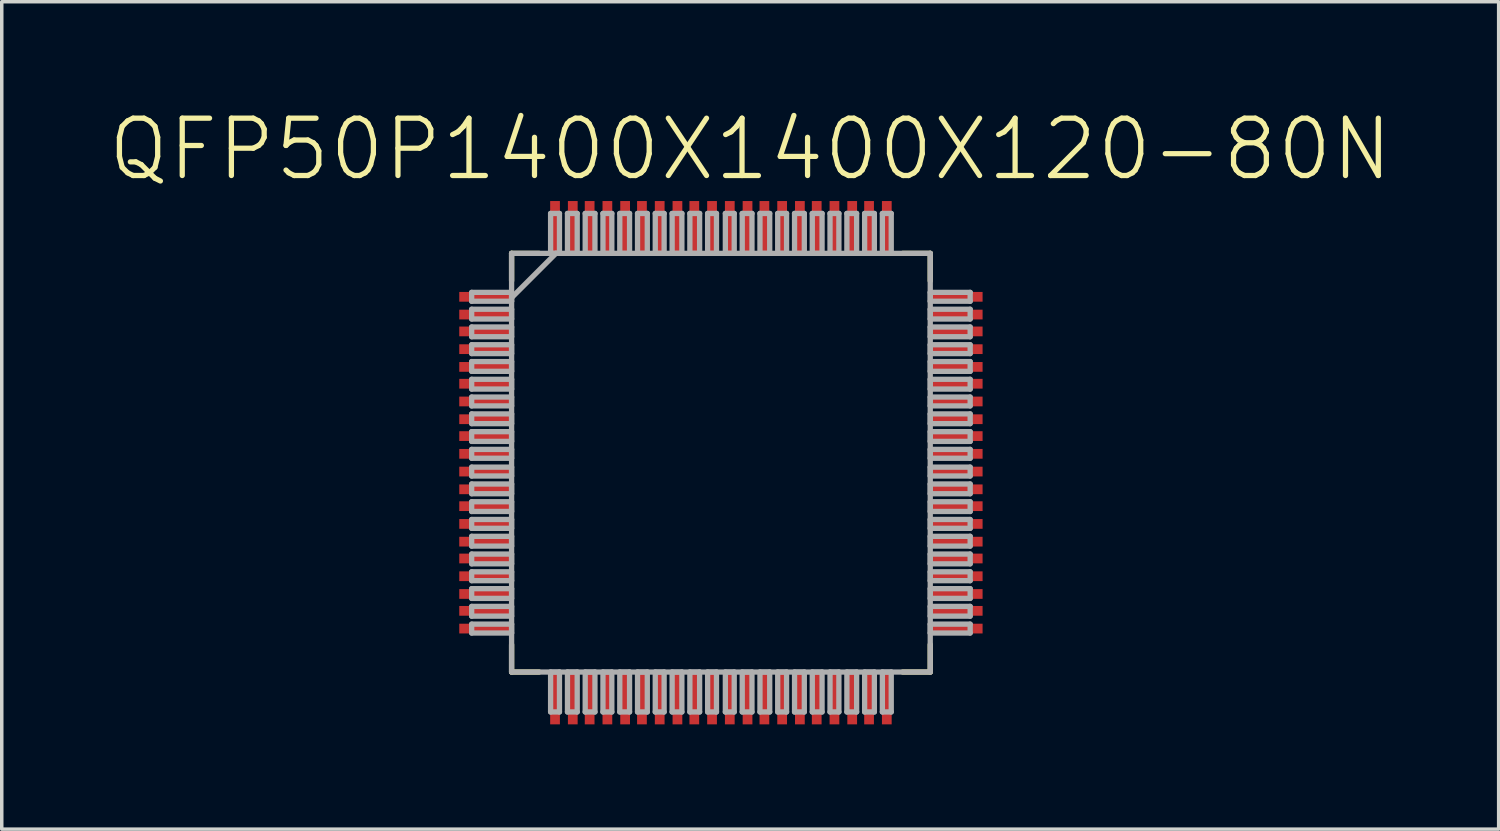
<source format=kicad_pcb>
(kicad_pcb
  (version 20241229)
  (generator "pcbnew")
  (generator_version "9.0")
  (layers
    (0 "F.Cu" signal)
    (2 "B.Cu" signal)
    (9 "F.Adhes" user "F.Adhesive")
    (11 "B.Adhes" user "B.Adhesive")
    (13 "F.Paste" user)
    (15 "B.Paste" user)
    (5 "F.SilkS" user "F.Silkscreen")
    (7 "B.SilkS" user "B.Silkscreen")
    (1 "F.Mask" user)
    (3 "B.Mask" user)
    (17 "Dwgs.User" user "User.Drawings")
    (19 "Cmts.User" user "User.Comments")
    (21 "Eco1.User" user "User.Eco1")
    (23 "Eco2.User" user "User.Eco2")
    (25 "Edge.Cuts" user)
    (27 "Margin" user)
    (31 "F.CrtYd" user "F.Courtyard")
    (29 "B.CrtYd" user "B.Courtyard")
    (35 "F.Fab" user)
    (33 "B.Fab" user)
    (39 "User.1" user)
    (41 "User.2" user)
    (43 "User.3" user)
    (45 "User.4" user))
  (footprint "QFP50P1400X1400X120-80N"
    (layer "F.Cu")
    (at 17.593 10.199)
    (property "Reference" "QFP50P1400X1400X120-80N" (at 0.839 -8.975 0) (layer "F.SilkS") (effects (font (size 1.642 1.642) (thickness 0.15))))
    (attr smd)
    (fp_line (start -5.994 -5.994) (end -5.994 -5.207) (stroke (width 0.152) (type solid)) (layer "F.SilkS"))
    (fp_line (start -5.994 5.207) (end -5.994 5.994) (stroke (width 0.152) (type solid)) (layer "F.SilkS"))
    (fp_line (start -5.994 5.994) (end -5.207 5.994) (stroke (width 0.152) (type solid)) (layer "F.SilkS"))
    (fp_line (start -5.207 -5.994) (end -5.994 -5.994) (stroke (width 0.152) (type solid)) (layer "F.SilkS"))
    (fp_line (start 5.207 5.994) (end 5.994 5.994) (stroke (width 0.152) (type solid)) (layer "F.SilkS"))
    (fp_line (start 5.994 -5.994) (end 5.207 -5.994) (stroke (width 0.152) (type solid)) (layer "F.SilkS"))
    (fp_line (start 5.994 -5.207) (end 5.994 -5.994) (stroke (width 0.152) (type solid)) (layer "F.SilkS"))
    (fp_line (start 5.994 5.994) (end 5.994 5.207) (stroke (width 0.152) (type solid)) (layer "F.SilkS"))
    (fp_line (start -7.137 -4.877) (end -7.137 -4.623) (stroke (width 0.152) (type solid)) (layer "F.Fab"))
    (fp_line (start -7.137 -4.623) (end -5.994 -4.623) (stroke (width 0.152) (type solid)) (layer "F.Fab"))
    (fp_line (start -7.137 -4.394) (end -7.137 -4.115) (stroke (width 0.152) (type solid)) (layer "F.Fab"))
    (fp_line (start -7.137 -4.115) (end -5.994 -4.115) (stroke (width 0.152) (type solid)) (layer "F.Fab"))
    (fp_line (start -7.137 -3.886) (end -7.137 -3.607) (stroke (width 0.152) (type solid)) (layer "F.Fab"))
    (fp_line (start -7.137 -3.607) (end -5.994 -3.607) (stroke (width 0.152) (type solid)) (layer "F.Fab"))
    (fp_line (start -7.137 -3.378) (end -7.137 -3.124) (stroke (width 0.152) (type solid)) (layer "F.Fab"))
    (fp_line (start -7.137 -3.124) (end -5.994 -3.124) (stroke (width 0.152) (type solid)) (layer "F.Fab"))
    (fp_line (start -7.137 -2.896) (end -7.137 -2.616) (stroke (width 0.152) (type solid)) (layer "F.Fab"))
    (fp_line (start -7.137 -2.616) (end -5.994 -2.616) (stroke (width 0.152) (type solid)) (layer "F.Fab"))
    (fp_line (start -7.137 -2.388) (end -7.137 -2.108) (stroke (width 0.152) (type solid)) (layer "F.Fab"))
    (fp_line (start -7.137 -2.108) (end -5.994 -2.108) (stroke (width 0.152) (type solid)) (layer "F.Fab"))
    (fp_line (start -7.137 -1.88) (end -7.137 -1.626) (stroke (width 0.152) (type solid)) (layer "F.Fab"))
    (fp_line (start -7.137 -1.626) (end -5.994 -1.626) (stroke (width 0.152) (type solid)) (layer "F.Fab"))
    (fp_line (start -7.137 -1.397) (end -7.137 -1.118) (stroke (width 0.152) (type solid)) (layer "F.Fab"))
    (fp_line (start -7.137 -1.118) (end -5.994 -1.118) (stroke (width 0.152) (type solid)) (layer "F.Fab"))
    (fp_line (start -7.137 -0.889) (end -7.137 -0.61) (stroke (width 0.152) (type solid)) (layer "F.Fab"))
    (fp_line (start -7.137 -0.61) (end -5.994 -0.61) (stroke (width 0.152) (type solid)) (layer "F.Fab"))
    (fp_line (start -7.137 -0.381) (end -7.137 -0.127) (stroke (width 0.152) (type solid)) (layer "F.Fab"))
    (fp_line (start -7.137 -0.127) (end -5.994 -0.127) (stroke (width 0.152) (type solid)) (layer "F.Fab"))
    (fp_line (start -7.137 0.127) (end -7.137 0.381) (stroke (width 0.152) (type solid)) (layer "F.Fab"))
    (fp_line (start -7.137 0.381) (end -5.994 0.381) (stroke (width 0.152) (type solid)) (layer "F.Fab"))
    (fp_line (start -7.137 0.61) (end -7.137 0.889) (stroke (width 0.152) (type solid)) (layer "F.Fab"))
    (fp_line (start -7.137 0.889) (end -5.994 0.889) (stroke (width 0.152) (type solid)) (layer "F.Fab"))
    (fp_line (start -7.137 1.118) (end -7.137 1.397) (stroke (width 0.152) (type solid)) (layer "F.Fab"))
    (fp_line (start -7.137 1.397) (end -5.994 1.397) (stroke (width 0.152) (type solid)) (layer "F.Fab"))
    (fp_line (start -7.137 1.626) (end -7.137 1.88) (stroke (width 0.152) (type solid)) (layer "F.Fab"))
    (fp_line (start -7.137 1.88) (end -5.994 1.88) (stroke (width 0.152) (type solid)) (layer "F.Fab"))
    (fp_line (start -7.137 2.108) (end -7.137 2.388) (stroke (width 0.152) (type solid)) (layer "F.Fab"))
    (fp_line (start -7.137 2.388) (end -5.994 2.388) (stroke (width 0.152) (type solid)) (layer "F.Fab"))
    (fp_line (start -7.137 2.616) (end -7.137 2.896) (stroke (width 0.152) (type solid)) (layer "F.Fab"))
    (fp_line (start -7.137 2.896) (end -5.994 2.896) (stroke (width 0.152) (type solid)) (layer "F.Fab"))
    (fp_line (start -7.137 3.124) (end -7.137 3.378) (stroke (width 0.152) (type solid)) (layer "F.Fab"))
    (fp_line (start -7.137 3.378) (end -5.994 3.378) (stroke (width 0.152) (type solid)) (layer "F.Fab"))
    (fp_line (start -7.137 3.607) (end -7.137 3.886) (stroke (width 0.152) (type solid)) (layer "F.Fab"))
    (fp_line (start -7.137 3.886) (end -5.994 3.886) (stroke (width 0.152) (type solid)) (layer "F.Fab"))
    (fp_line (start -7.137 4.115) (end -7.137 4.394) (stroke (width 0.152) (type solid)) (layer "F.Fab"))
    (fp_line (start -7.137 4.394) (end -5.994 4.394) (stroke (width 0.152) (type solid)) (layer "F.Fab"))
    (fp_line (start -7.137 4.623) (end -7.137 4.877) (stroke (width 0.152) (type solid)) (layer "F.Fab"))
    (fp_line (start -7.137 4.877) (end -5.994 4.877) (stroke (width 0.152) (type solid)) (layer "F.Fab"))
    (fp_line (start -5.994 -5.994) (end -5.994 5.994) (stroke (width 0.152) (type solid)) (layer "F.Fab"))
    (fp_line (start -5.994 -4.877) (end -7.137 -4.877) (stroke (width 0.152) (type solid)) (layer "F.Fab"))
    (fp_line (start -5.994 -4.724) (end -5.994 -4.877) (stroke (width 0.152) (type solid)) (layer "F.Fab"))
    (fp_line (start -5.994 -4.724) (end -4.724 -5.994) (stroke (width 0.152) (type solid)) (layer "F.Fab"))
    (fp_line (start -5.994 -4.623) (end -5.994 -4.724) (stroke (width 0.152) (type solid)) (layer "F.Fab"))
    (fp_line (start -5.994 -4.394) (end -7.137 -4.394) (stroke (width 0.152) (type solid)) (layer "F.Fab"))
    (fp_line (start -5.994 -4.115) (end -5.994 -4.394) (stroke (width 0.152) (type solid)) (layer "F.Fab"))
    (fp_line (start -5.994 -3.886) (end -7.137 -3.886) (stroke (width 0.152) (type solid)) (layer "F.Fab"))
    (fp_line (start -5.994 -3.607) (end -5.994 -3.886) (stroke (width 0.152) (type solid)) (layer "F.Fab"))
    (fp_line (start -5.994 -3.378) (end -7.137 -3.378) (stroke (width 0.152) (type solid)) (layer "F.Fab"))
    (fp_line (start -5.994 -3.124) (end -5.994 -3.378) (stroke (width 0.152) (type solid)) (layer "F.Fab"))
    (fp_line (start -5.994 -2.896) (end -7.137 -2.896) (stroke (width 0.152) (type solid)) (layer "F.Fab"))
    (fp_line (start -5.994 -2.616) (end -5.994 -2.896) (stroke (width 0.152) (type solid)) (layer "F.Fab"))
    (fp_line (start -5.994 -2.388) (end -7.137 -2.388) (stroke (width 0.152) (type solid)) (layer "F.Fab"))
    (fp_line (start -5.994 -2.108) (end -5.994 -2.388) (stroke (width 0.152) (type solid)) (layer "F.Fab"))
    (fp_line (start -5.994 -1.88) (end -7.137 -1.88) (stroke (width 0.152) (type solid)) (layer "F.Fab"))
    (fp_line (start -5.994 -1.626) (end -5.994 -1.88) (stroke (width 0.152) (type solid)) (layer "F.Fab"))
    (fp_line (start -5.994 -1.397) (end -7.137 -1.397) (stroke (width 0.152) (type solid)) (layer "F.Fab"))
    (fp_line (start -5.994 -1.118) (end -5.994 -1.397) (stroke (width 0.152) (type solid)) (layer "F.Fab"))
    (fp_line (start -5.994 -0.889) (end -7.137 -0.889) (stroke (width 0.152) (type solid)) (layer "F.Fab"))
    (fp_line (start -5.994 -0.61) (end -5.994 -0.889) (stroke (width 0.152) (type solid)) (layer "F.Fab"))
    (fp_line (start -5.994 -0.381) (end -7.137 -0.381) (stroke (width 0.152) (type solid)) (layer "F.Fab"))
    (fp_line (start -5.994 -0.127) (end -5.994 -0.381) (stroke (width 0.152) (type solid)) (layer "F.Fab"))
    (fp_line (start -5.994 0.127) (end -7.137 0.127) (stroke (width 0.152) (type solid)) (layer "F.Fab"))
    (fp_line (start -5.994 0.381) (end -5.994 0.127) (stroke (width 0.152) (type solid)) (layer "F.Fab"))
    (fp_line (start -5.994 0.61) (end -7.137 0.61) (stroke (width 0.152) (type solid)) (layer "F.Fab"))
    (fp_line (start -5.994 0.889) (end -5.994 0.61) (stroke (width 0.152) (type solid)) (layer "F.Fab"))
    (fp_line (start -5.994 1.118) (end -7.137 1.118) (stroke (width 0.152) (type solid)) (layer "F.Fab"))
    (fp_line (start -5.994 1.397) (end -5.994 1.118) (stroke (width 0.152) (type solid)) (layer "F.Fab"))
    (fp_line (start -5.994 1.626) (end -7.137 1.626) (stroke (width 0.152) (type solid)) (layer "F.Fab"))
    (fp_line (start -5.994 1.88) (end -5.994 1.626) (stroke (width 0.152) (type solid)) (layer "F.Fab"))
    (fp_line (start -5.994 2.108) (end -7.137 2.108) (stroke (width 0.152) (type solid)) (layer "F.Fab"))
    (fp_line (start -5.994 2.388) (end -5.994 2.108) (stroke (width 0.152) (type solid)) (layer "F.Fab"))
    (fp_line (start -5.994 2.616) (end -7.137 2.616) (stroke (width 0.152) (type solid)) (layer "F.Fab"))
    (fp_line (start -5.994 2.896) (end -5.994 2.616) (stroke (width 0.152) (type solid)) (layer "F.Fab"))
    (fp_line (start -5.994 3.124) (end -7.137 3.124) (stroke (width 0.152) (type solid)) (layer "F.Fab"))
    (fp_line (start -5.994 3.378) (end -5.994 3.124) (stroke (width 0.152) (type solid)) (layer "F.Fab"))
    (fp_line (start -5.994 3.607) (end -7.137 3.607) (stroke (width 0.152) (type solid)) (layer "F.Fab"))
    (fp_line (start -5.994 3.886) (end -5.994 3.607) (stroke (width 0.152) (type solid)) (layer "F.Fab"))
    (fp_line (start -5.994 4.115) (end -7.137 4.115) (stroke (width 0.152) (type solid)) (layer "F.Fab"))
    (fp_line (start -5.994 4.394) (end -5.994 4.115) (stroke (width 0.152) (type solid)) (layer "F.Fab"))
    (fp_line (start -5.994 4.623) (end -7.137 4.623) (stroke (width 0.152) (type solid)) (layer "F.Fab"))
    (fp_line (start -5.994 4.877) (end -5.994 4.623) (stroke (width 0.152) (type solid)) (layer "F.Fab"))
    (fp_line (start -5.994 5.994) (end 5.994 5.994) (stroke (width 0.152) (type solid)) (layer "F.Fab"))
    (fp_line (start -4.877 -7.137) (end -4.877 -5.994) (stroke (width 0.152) (type solid)) (layer "F.Fab"))
    (fp_line (start -4.877 -5.994) (end -4.724 -5.994) (stroke (width 0.152) (type solid)) (layer "F.Fab"))
    (fp_line (start -4.877 5.994) (end -4.877 7.137) (stroke (width 0.152) (type solid)) (layer "F.Fab"))
    (fp_line (start -4.877 7.137) (end -4.623 7.137) (stroke (width 0.152) (type solid)) (layer "F.Fab"))
    (fp_line (start -4.724 -5.994) (end -4.623 -5.994) (stroke (width 0.152) (type solid)) (layer "F.Fab"))
    (fp_line (start -4.623 -7.137) (end -4.877 -7.137) (stroke (width 0.152) (type solid)) (layer "F.Fab"))
    (fp_line (start -4.623 -5.994) (end -4.623 -7.137) (stroke (width 0.152) (type solid)) (layer "F.Fab"))
    (fp_line (start -4.623 5.994) (end -4.877 5.994) (stroke (width 0.152) (type solid)) (layer "F.Fab"))
    (fp_line (start -4.623 7.137) (end -4.623 5.994) (stroke (width 0.152) (type solid)) (layer "F.Fab"))
    (fp_line (start -4.394 -7.137) (end -4.394 -5.994) (stroke (width 0.152) (type solid)) (layer "F.Fab"))
    (fp_line (start -4.394 -5.994) (end -4.115 -5.994) (stroke (width 0.152) (type solid)) (layer "F.Fab"))
    (fp_line (start -4.394 5.994) (end -4.394 7.137) (stroke (width 0.152) (type solid)) (layer "F.Fab"))
    (fp_line (start -4.394 7.137) (end -4.115 7.137) (stroke (width 0.152) (type solid)) (layer "F.Fab"))
    (fp_line (start -4.115 -7.137) (end -4.394 -7.137) (stroke (width 0.152) (type solid)) (layer "F.Fab"))
    (fp_line (start -4.115 -5.994) (end -4.115 -7.137) (stroke (width 0.152) (type solid)) (layer "F.Fab"))
    (fp_line (start -4.115 5.994) (end -4.394 5.994) (stroke (width 0.152) (type solid)) (layer "F.Fab"))
    (fp_line (start -4.115 7.137) (end -4.115 5.994) (stroke (width 0.152) (type solid)) (layer "F.Fab"))
    (fp_line (start -3.886 -7.137) (end -3.886 -5.994) (stroke (width 0.152) (type solid)) (layer "F.Fab"))
    (fp_line (start -3.886 -5.994) (end -3.607 -5.994) (stroke (width 0.152) (type solid)) (layer "F.Fab"))
    (fp_line (start -3.886 5.994) (end -3.886 7.137) (stroke (width 0.152) (type solid)) (layer "F.Fab"))
    (fp_line (start -3.886 7.137) (end -3.607 7.137) (stroke (width 0.152) (type solid)) (layer "F.Fab"))
    (fp_line (start -3.607 -7.137) (end -3.886 -7.137) (stroke (width 0.152) (type solid)) (layer "F.Fab"))
    (fp_line (start -3.607 -5.994) (end -3.607 -7.137) (stroke (width 0.152) (type solid)) (layer "F.Fab"))
    (fp_line (start -3.607 5.994) (end -3.886 5.994) (stroke (width 0.152) (type solid)) (layer "F.Fab"))
    (fp_line (start -3.607 7.137) (end -3.607 5.994) (stroke (width 0.152) (type solid)) (layer "F.Fab"))
    (fp_line (start -3.378 -7.137) (end -3.378 -5.994) (stroke (width 0.152) (type solid)) (layer "F.Fab"))
    (fp_line (start -3.378 -5.994) (end -3.124 -5.994) (stroke (width 0.152) (type solid)) (layer "F.Fab"))
    (fp_line (start -3.378 5.994) (end -3.378 7.137) (stroke (width 0.152) (type solid)) (layer "F.Fab"))
    (fp_line (start -3.378 7.137) (end -3.124 7.137) (stroke (width 0.152) (type solid)) (layer "F.Fab"))
    (fp_line (start -3.124 -7.137) (end -3.378 -7.137) (stroke (width 0.152) (type solid)) (layer "F.Fab"))
    (fp_line (start -3.124 -5.994) (end -3.124 -7.137) (stroke (width 0.152) (type solid)) (layer "F.Fab"))
    (fp_line (start -3.124 5.994) (end -3.378 5.994) (stroke (width 0.152) (type solid)) (layer "F.Fab"))
    (fp_line (start -3.124 7.137) (end -3.124 5.994) (stroke (width 0.152) (type solid)) (layer "F.Fab"))
    (fp_line (start -2.896 -7.137) (end -2.896 -5.994) (stroke (width 0.152) (type solid)) (layer "F.Fab"))
    (fp_line (start -2.896 -5.994) (end -2.616 -5.994) (stroke (width 0.152) (type solid)) (layer "F.Fab"))
    (fp_line (start -2.896 5.994) (end -2.896 7.137) (stroke (width 0.152) (type solid)) (layer "F.Fab"))
    (fp_line (start -2.896 7.137) (end -2.616 7.137) (stroke (width 0.152) (type solid)) (layer "F.Fab"))
    (fp_line (start -2.616 -7.137) (end -2.896 -7.137) (stroke (width 0.152) (type solid)) (layer "F.Fab"))
    (fp_line (start -2.616 -5.994) (end -2.616 -7.137) (stroke (width 0.152) (type solid)) (layer "F.Fab"))
    (fp_line (start -2.616 5.994) (end -2.896 5.994) (stroke (width 0.152) (type solid)) (layer "F.Fab"))
    (fp_line (start -2.616 7.137) (end -2.616 5.994) (stroke (width 0.152) (type solid)) (layer "F.Fab"))
    (fp_line (start -2.388 -7.137) (end -2.388 -5.994) (stroke (width 0.152) (type solid)) (layer "F.Fab"))
    (fp_line (start -2.388 -5.994) (end -2.108 -5.994) (stroke (width 0.152) (type solid)) (layer "F.Fab"))
    (fp_line (start -2.388 5.994) (end -2.388 7.137) (stroke (width 0.152) (type solid)) (layer "F.Fab"))
    (fp_line (start -2.388 7.137) (end -2.108 7.137) (stroke (width 0.152) (type solid)) (layer "F.Fab"))
    (fp_line (start -2.108 -7.137) (end -2.388 -7.137) (stroke (width 0.152) (type solid)) (layer "F.Fab"))
    (fp_line (start -2.108 -5.994) (end -2.108 -7.137) (stroke (width 0.152) (type solid)) (layer "F.Fab"))
    (fp_line (start -2.108 5.994) (end -2.388 5.994) (stroke (width 0.152) (type solid)) (layer "F.Fab"))
    (fp_line (start -2.108 7.137) (end -2.108 5.994) (stroke (width 0.152) (type solid)) (layer "F.Fab"))
    (fp_line (start -1.88 -7.137) (end -1.88 -5.994) (stroke (width 0.152) (type solid)) (layer "F.Fab"))
    (fp_line (start -1.88 -5.994) (end -1.626 -5.994) (stroke (width 0.152) (type solid)) (layer "F.Fab"))
    (fp_line (start -1.88 5.994) (end -1.88 7.137) (stroke (width 0.152) (type solid)) (layer "F.Fab"))
    (fp_line (start -1.88 7.137) (end -1.626 7.137) (stroke (width 0.152) (type solid)) (layer "F.Fab"))
    (fp_line (start -1.626 -7.137) (end -1.88 -7.137) (stroke (width 0.152) (type solid)) (layer "F.Fab"))
    (fp_line (start -1.626 -5.994) (end -1.626 -7.137) (stroke (width 0.152) (type solid)) (layer "F.Fab"))
    (fp_line (start -1.626 5.994) (end -1.88 5.994) (stroke (width 0.152) (type solid)) (layer "F.Fab"))
    (fp_line (start -1.626 7.137) (end -1.626 5.994) (stroke (width 0.152) (type solid)) (layer "F.Fab"))
    (fp_line (start -1.397 -7.137) (end -1.397 -5.994) (stroke (width 0.152) (type solid)) (layer "F.Fab"))
    (fp_line (start -1.397 -5.994) (end -1.118 -5.994) (stroke (width 0.152) (type solid)) (layer "F.Fab"))
    (fp_line (start -1.397 5.994) (end -1.397 7.137) (stroke (width 0.152) (type solid)) (layer "F.Fab"))
    (fp_line (start -1.397 7.137) (end -1.118 7.137) (stroke (width 0.152) (type solid)) (layer "F.Fab"))
    (fp_line (start -1.118 -7.137) (end -1.397 -7.137) (stroke (width 0.152) (type solid)) (layer "F.Fab"))
    (fp_line (start -1.118 -5.994) (end -1.118 -7.137) (stroke (width 0.152) (type solid)) (layer "F.Fab"))
    (fp_line (start -1.118 5.994) (end -1.397 5.994) (stroke (width 0.152) (type solid)) (layer "F.Fab"))
    (fp_line (start -1.118 7.137) (end -1.118 5.994) (stroke (width 0.152) (type solid)) (layer "F.Fab"))
    (fp_line (start -0.889 -7.137) (end -0.889 -5.994) (stroke (width 0.152) (type solid)) (layer "F.Fab"))
    (fp_line (start -0.889 -5.994) (end -0.61 -5.994) (stroke (width 0.152) (type solid)) (layer "F.Fab"))
    (fp_line (start -0.889 5.994) (end -0.889 7.137) (stroke (width 0.152) (type solid)) (layer "F.Fab"))
    (fp_line (start -0.889 7.137) (end -0.61 7.137) (stroke (width 0.152) (type solid)) (layer "F.Fab"))
    (fp_line (start -0.61 -7.137) (end -0.889 -7.137) (stroke (width 0.152) (type solid)) (layer "F.Fab"))
    (fp_line (start -0.61 -5.994) (end -0.61 -7.137) (stroke (width 0.152) (type solid)) (layer "F.Fab"))
    (fp_line (start -0.61 5.994) (end -0.889 5.994) (stroke (width 0.152) (type solid)) (layer "F.Fab"))
    (fp_line (start -0.61 7.137) (end -0.61 5.994) (stroke (width 0.152) (type solid)) (layer "F.Fab"))
    (fp_line (start -0.381 -7.137) (end -0.381 -5.994) (stroke (width 0.152) (type solid)) (layer "F.Fab"))
    (fp_line (start -0.381 -5.994) (end -0.127 -5.994) (stroke (width 0.152) (type solid)) (layer "F.Fab"))
    (fp_line (start -0.381 5.994) (end -0.381 7.137) (stroke (width 0.152) (type solid)) (layer "F.Fab"))
    (fp_line (start -0.381 7.137) (end -0.127 7.137) (stroke (width 0.152) (type solid)) (layer "F.Fab"))
    (fp_line (start -0.127 -7.137) (end -0.381 -7.137) (stroke (width 0.152) (type solid)) (layer "F.Fab"))
    (fp_line (start -0.127 -5.994) (end -0.127 -7.137) (stroke (width 0.152) (type solid)) (layer "F.Fab"))
    (fp_line (start -0.127 5.994) (end -0.381 5.994) (stroke (width 0.152) (type solid)) (layer "F.Fab"))
    (fp_line (start -0.127 7.137) (end -0.127 5.994) (stroke (width 0.152) (type solid)) (layer "F.Fab"))
    (fp_line (start 0.127 -7.137) (end 0.127 -5.994) (stroke (width 0.152) (type solid)) (layer "F.Fab"))
    (fp_line (start 0.127 -5.994) (end 0.381 -5.994) (stroke (width 0.152) (type solid)) (layer "F.Fab"))
    (fp_line (start 0.127 5.994) (end 0.127 7.137) (stroke (width 0.152) (type solid)) (layer "F.Fab"))
    (fp_line (start 0.127 7.137) (end 0.381 7.137) (stroke (width 0.152) (type solid)) (layer "F.Fab"))
    (fp_line (start 0.381 -7.137) (end 0.127 -7.137) (stroke (width 0.152) (type solid)) (layer "F.Fab"))
    (fp_line (start 0.381 -5.994) (end 0.381 -7.137) (stroke (width 0.152) (type solid)) (layer "F.Fab"))
    (fp_line (start 0.381 5.994) (end 0.127 5.994) (stroke (width 0.152) (type solid)) (layer "F.Fab"))
    (fp_line (start 0.381 7.137) (end 0.381 5.994) (stroke (width 0.152) (type solid)) (layer "F.Fab"))
    (fp_line (start 0.61 -7.137) (end 0.61 -5.994) (stroke (width 0.152) (type solid)) (layer "F.Fab"))
    (fp_line (start 0.61 -5.994) (end 0.889 -5.994) (stroke (width 0.152) (type solid)) (layer "F.Fab"))
    (fp_line (start 0.61 5.994) (end 0.61 7.137) (stroke (width 0.152) (type solid)) (layer "F.Fab"))
    (fp_line (start 0.61 7.137) (end 0.889 7.137) (stroke (width 0.152) (type solid)) (layer "F.Fab"))
    (fp_line (start 0.889 -7.137) (end 0.61 -7.137) (stroke (width 0.152) (type solid)) (layer "F.Fab"))
    (fp_line (start 0.889 -5.994) (end 0.889 -7.137) (stroke (width 0.152) (type solid)) (layer "F.Fab"))
    (fp_line (start 0.889 5.994) (end 0.61 5.994) (stroke (width 0.152) (type solid)) (layer "F.Fab"))
    (fp_line (start 0.889 7.137) (end 0.889 5.994) (stroke (width 0.152) (type solid)) (layer "F.Fab"))
    (fp_line (start 1.118 -7.137) (end 1.118 -5.994) (stroke (width 0.152) (type solid)) (layer "F.Fab"))
    (fp_line (start 1.118 -5.994) (end 1.397 -5.994) (stroke (width 0.152) (type solid)) (layer "F.Fab"))
    (fp_line (start 1.118 5.994) (end 1.118 7.137) (stroke (width 0.152) (type solid)) (layer "F.Fab"))
    (fp_line (start 1.118 7.137) (end 1.397 7.137) (stroke (width 0.152) (type solid)) (layer "F.Fab"))
    (fp_line (start 1.397 -7.137) (end 1.118 -7.137) (stroke (width 0.152) (type solid)) (layer "F.Fab"))
    (fp_line (start 1.397 -5.994) (end 1.397 -7.137) (stroke (width 0.152) (type solid)) (layer "F.Fab"))
    (fp_line (start 1.397 5.994) (end 1.118 5.994) (stroke (width 0.152) (type solid)) (layer "F.Fab"))
    (fp_line (start 1.397 7.137) (end 1.397 5.994) (stroke (width 0.152) (type solid)) (layer "F.Fab"))
    (fp_line (start 1.626 -7.137) (end 1.626 -5.994) (stroke (width 0.152) (type solid)) (layer "F.Fab"))
    (fp_line (start 1.626 -5.994) (end 1.88 -5.994) (stroke (width 0.152) (type solid)) (layer "F.Fab"))
    (fp_line (start 1.626 5.994) (end 1.626 7.137) (stroke (width 0.152) (type solid)) (layer "F.Fab"))
    (fp_line (start 1.626 7.137) (end 1.88 7.137) (stroke (width 0.152) (type solid)) (layer "F.Fab"))
    (fp_line (start 1.88 -7.137) (end 1.626 -7.137) (stroke (width 0.152) (type solid)) (layer "F.Fab"))
    (fp_line (start 1.88 -5.994) (end 1.88 -7.137) (stroke (width 0.152) (type solid)) (layer "F.Fab"))
    (fp_line (start 1.88 5.994) (end 1.626 5.994) (stroke (width 0.152) (type solid)) (layer "F.Fab"))
    (fp_line (start 1.88 7.137) (end 1.88 5.994) (stroke (width 0.152) (type solid)) (layer "F.Fab"))
    (fp_line (start 2.108 -7.137) (end 2.108 -5.994) (stroke (width 0.152) (type solid)) (layer "F.Fab"))
    (fp_line (start 2.108 -5.994) (end 2.388 -5.994) (stroke (width 0.152) (type solid)) (layer "F.Fab"))
    (fp_line (start 2.108 5.994) (end 2.108 7.137) (stroke (width 0.152) (type solid)) (layer "F.Fab"))
    (fp_line (start 2.108 7.137) (end 2.388 7.137) (stroke (width 0.152) (type solid)) (layer "F.Fab"))
    (fp_line (start 2.388 -7.137) (end 2.108 -7.137) (stroke (width 0.152) (type solid)) (layer "F.Fab"))
    (fp_line (start 2.388 -5.994) (end 2.388 -7.137) (stroke (width 0.152) (type solid)) (layer "F.Fab"))
    (fp_line (start 2.388 5.994) (end 2.108 5.994) (stroke (width 0.152) (type solid)) (layer "F.Fab"))
    (fp_line (start 2.388 7.137) (end 2.388 5.994) (stroke (width 0.152) (type solid)) (layer "F.Fab"))
    (fp_line (start 2.616 -7.137) (end 2.616 -5.994) (stroke (width 0.152) (type solid)) (layer "F.Fab"))
    (fp_line (start 2.616 -5.994) (end 2.896 -5.994) (stroke (width 0.152) (type solid)) (layer "F.Fab"))
    (fp_line (start 2.616 5.994) (end 2.616 7.137) (stroke (width 0.152) (type solid)) (layer "F.Fab"))
    (fp_line (start 2.616 7.137) (end 2.896 7.137) (stroke (width 0.152) (type solid)) (layer "F.Fab"))
    (fp_line (start 2.896 -7.137) (end 2.616 -7.137) (stroke (width 0.152) (type solid)) (layer "F.Fab"))
    (fp_line (start 2.896 -5.994) (end 2.896 -7.137) (stroke (width 0.152) (type solid)) (layer "F.Fab"))
    (fp_line (start 2.896 5.994) (end 2.616 5.994) (stroke (width 0.152) (type solid)) (layer "F.Fab"))
    (fp_line (start 2.896 7.137) (end 2.896 5.994) (stroke (width 0.152) (type solid)) (layer "F.Fab"))
    (fp_line (start 3.124 -7.137) (end 3.124 -5.994) (stroke (width 0.152) (type solid)) (layer "F.Fab"))
    (fp_line (start 3.124 -5.994) (end 3.378 -5.994) (stroke (width 0.152) (type solid)) (layer "F.Fab"))
    (fp_line (start 3.124 5.994) (end 3.124 7.137) (stroke (width 0.152) (type solid)) (layer "F.Fab"))
    (fp_line (start 3.124 7.137) (end 3.378 7.137) (stroke (width 0.152) (type solid)) (layer "F.Fab"))
    (fp_line (start 3.378 -7.137) (end 3.124 -7.137) (stroke (width 0.152) (type solid)) (layer "F.Fab"))
    (fp_line (start 3.378 -5.994) (end 3.378 -7.137) (stroke (width 0.152) (type solid)) (layer "F.Fab"))
    (fp_line (start 3.378 5.994) (end 3.124 5.994) (stroke (width 0.152) (type solid)) (layer "F.Fab"))
    (fp_line (start 3.378 7.137) (end 3.378 5.994) (stroke (width 0.152) (type solid)) (layer "F.Fab"))
    (fp_line (start 3.607 -7.137) (end 3.607 -5.994) (stroke (width 0.152) (type solid)) (layer "F.Fab"))
    (fp_line (start 3.607 -5.994) (end 3.886 -5.994) (stroke (width 0.152) (type solid)) (layer "F.Fab"))
    (fp_line (start 3.607 5.994) (end 3.607 7.137) (stroke (width 0.152) (type solid)) (layer "F.Fab"))
    (fp_line (start 3.607 7.137) (end 3.886 7.137) (stroke (width 0.152) (type solid)) (layer "F.Fab"))
    (fp_line (start 3.886 -7.137) (end 3.607 -7.137) (stroke (width 0.152) (type solid)) (layer "F.Fab"))
    (fp_line (start 3.886 -5.994) (end 3.886 -7.137) (stroke (width 0.152) (type solid)) (layer "F.Fab"))
    (fp_line (start 3.886 5.994) (end 3.607 5.994) (stroke (width 0.152) (type solid)) (layer "F.Fab"))
    (fp_line (start 3.886 7.137) (end 3.886 5.994) (stroke (width 0.152) (type solid)) (layer "F.Fab"))
    (fp_line (start 4.115 -7.137) (end 4.115 -5.994) (stroke (width 0.152) (type solid)) (layer "F.Fab"))
    (fp_line (start 4.115 -5.994) (end 4.394 -5.994) (stroke (width 0.152) (type solid)) (layer "F.Fab"))
    (fp_line (start 4.115 5.994) (end 4.115 7.137) (stroke (width 0.152) (type solid)) (layer "F.Fab"))
    (fp_line (start 4.115 7.137) (end 4.394 7.137) (stroke (width 0.152) (type solid)) (layer "F.Fab"))
    (fp_line (start 4.394 -7.137) (end 4.115 -7.137) (stroke (width 0.152) (type solid)) (layer "F.Fab"))
    (fp_line (start 4.394 -5.994) (end 4.394 -7.137) (stroke (width 0.152) (type solid)) (layer "F.Fab"))
    (fp_line (start 4.394 5.994) (end 4.115 5.994) (stroke (width 0.152) (type solid)) (layer "F.Fab"))
    (fp_line (start 4.394 7.137) (end 4.394 5.994) (stroke (width 0.152) (type solid)) (layer "F.Fab"))
    (fp_line (start 4.623 -7.137) (end 4.623 -5.994) (stroke (width 0.152) (type solid)) (layer "F.Fab"))
    (fp_line (start 4.623 -5.994) (end 4.877 -5.994) (stroke (width 0.152) (type solid)) (layer "F.Fab"))
    (fp_line (start 4.623 5.994) (end 4.623 7.137) (stroke (width 0.152) (type solid)) (layer "F.Fab"))
    (fp_line (start 4.623 7.137) (end 4.877 7.137) (stroke (width 0.152) (type solid)) (layer "F.Fab"))
    (fp_line (start 4.877 -7.137) (end 4.623 -7.137) (stroke (width 0.152) (type solid)) (layer "F.Fab"))
    (fp_line (start 4.877 -5.994) (end 4.877 -7.137) (stroke (width 0.152) (type solid)) (layer "F.Fab"))
    (fp_line (start 4.877 5.994) (end 4.623 5.994) (stroke (width 0.152) (type solid)) (layer "F.Fab"))
    (fp_line (start 4.877 7.137) (end 4.877 5.994) (stroke (width 0.152) (type solid)) (layer "F.Fab"))
    (fp_line (start 5.994 -5.994) (end -5.994 -5.994) (stroke (width 0.152) (type solid)) (layer "F.Fab"))
    (fp_line (start 5.994 -4.877) (end 5.994 -4.623) (stroke (width 0.152) (type solid)) (layer "F.Fab"))
    (fp_line (start 5.994 -4.623) (end 7.137 -4.623) (stroke (width 0.152) (type solid)) (layer "F.Fab"))
    (fp_line (start 5.994 -4.394) (end 5.994 -4.115) (stroke (width 0.152) (type solid)) (layer "F.Fab"))
    (fp_line (start 5.994 -4.115) (end 7.137 -4.115) (stroke (width 0.152) (type solid)) (layer "F.Fab"))
    (fp_line (start 5.994 -3.886) (end 5.994 -3.607) (stroke (width 0.152) (type solid)) (layer "F.Fab"))
    (fp_line (start 5.994 -3.607) (end 7.137 -3.607) (stroke (width 0.152) (type solid)) (layer "F.Fab"))
    (fp_line (start 5.994 -3.378) (end 5.994 -3.124) (stroke (width 0.152) (type solid)) (layer "F.Fab"))
    (fp_line (start 5.994 -3.124) (end 7.137 -3.124) (stroke (width 0.152) (type solid)) (layer "F.Fab"))
    (fp_line (start 5.994 -2.896) (end 5.994 -2.616) (stroke (width 0.152) (type solid)) (layer "F.Fab"))
    (fp_line (start 5.994 -2.616) (end 7.137 -2.616) (stroke (width 0.152) (type solid)) (layer "F.Fab"))
    (fp_line (start 5.994 -2.388) (end 5.994 -2.108) (stroke (width 0.152) (type solid)) (layer "F.Fab"))
    (fp_line (start 5.994 -2.108) (end 7.137 -2.108) (stroke (width 0.152) (type solid)) (layer "F.Fab"))
    (fp_line (start 5.994 -1.88) (end 5.994 -1.626) (stroke (width 0.152) (type solid)) (layer "F.Fab"))
    (fp_line (start 5.994 -1.626) (end 7.137 -1.626) (stroke (width 0.152) (type solid)) (layer "F.Fab"))
    (fp_line (start 5.994 -1.397) (end 5.994 -1.118) (stroke (width 0.152) (type solid)) (layer "F.Fab"))
    (fp_line (start 5.994 -1.118) (end 7.137 -1.118) (stroke (width 0.152) (type solid)) (layer "F.Fab"))
    (fp_line (start 5.994 -0.889) (end 5.994 -0.61) (stroke (width 0.152) (type solid)) (layer "F.Fab"))
    (fp_line (start 5.994 -0.61) (end 7.137 -0.61) (stroke (width 0.152) (type solid)) (layer "F.Fab"))
    (fp_line (start 5.994 -0.381) (end 5.994 -0.127) (stroke (width 0.152) (type solid)) (layer "F.Fab"))
    (fp_line (start 5.994 -0.127) (end 7.137 -0.127) (stroke (width 0.152) (type solid)) (layer "F.Fab"))
    (fp_line (start 5.994 0.127) (end 5.994 0.381) (stroke (width 0.152) (type solid)) (layer "F.Fab"))
    (fp_line (start 5.994 0.381) (end 7.137 0.381) (stroke (width 0.152) (type solid)) (layer "F.Fab"))
    (fp_line (start 5.994 0.61) (end 5.994 0.889) (stroke (width 0.152) (type solid)) (layer "F.Fab"))
    (fp_line (start 5.994 0.889) (end 7.137 0.889) (stroke (width 0.152) (type solid)) (layer "F.Fab"))
    (fp_line (start 5.994 1.118) (end 5.994 1.397) (stroke (width 0.152) (type solid)) (layer "F.Fab"))
    (fp_line (start 5.994 1.397) (end 7.137 1.397) (stroke (width 0.152) (type solid)) (layer "F.Fab"))
    (fp_line (start 5.994 1.626) (end 5.994 1.88) (stroke (width 0.152) (type solid)) (layer "F.Fab"))
    (fp_line (start 5.994 1.88) (end 7.137 1.88) (stroke (width 0.152) (type solid)) (layer "F.Fab"))
    (fp_line (start 5.994 2.108) (end 5.994 2.388) (stroke (width 0.152) (type solid)) (layer "F.Fab"))
    (fp_line (start 5.994 2.388) (end 7.137 2.388) (stroke (width 0.152) (type solid)) (layer "F.Fab"))
    (fp_line (start 5.994 2.616) (end 5.994 2.896) (stroke (width 0.152) (type solid)) (layer "F.Fab"))
    (fp_line (start 5.994 2.896) (end 7.137 2.896) (stroke (width 0.152) (type solid)) (layer "F.Fab"))
    (fp_line (start 5.994 3.124) (end 5.994 3.378) (stroke (width 0.152) (type solid)) (layer "F.Fab"))
    (fp_line (start 5.994 3.378) (end 7.137 3.378) (stroke (width 0.152) (type solid)) (layer "F.Fab"))
    (fp_line (start 5.994 3.607) (end 5.994 3.886) (stroke (width 0.152) (type solid)) (layer "F.Fab"))
    (fp_line (start 5.994 3.886) (end 7.137 3.886) (stroke (width 0.152) (type solid)) (layer "F.Fab"))
    (fp_line (start 5.994 4.115) (end 5.994 4.394) (stroke (width 0.152) (type solid)) (layer "F.Fab"))
    (fp_line (start 5.994 4.394) (end 7.137 4.394) (stroke (width 0.152) (type solid)) (layer "F.Fab"))
    (fp_line (start 5.994 4.623) (end 5.994 4.877) (stroke (width 0.152) (type solid)) (layer "F.Fab"))
    (fp_line (start 5.994 4.877) (end 7.137 4.877) (stroke (width 0.152) (type solid)) (layer "F.Fab"))
    (fp_line (start 5.994 5.994) (end 5.994 -5.994) (stroke (width 0.152) (type solid)) (layer "F.Fab"))
    (fp_line (start 7.137 -4.877) (end 5.994 -4.877) (stroke (width 0.152) (type solid)) (layer "F.Fab"))
    (fp_line (start 7.137 -4.623) (end 7.137 -4.877) (stroke (width 0.152) (type solid)) (layer "F.Fab"))
    (fp_line (start 7.137 -4.394) (end 5.994 -4.394) (stroke (width 0.152) (type solid)) (layer "F.Fab"))
    (fp_line (start 7.137 -4.115) (end 7.137 -4.394) (stroke (width 0.152) (type solid)) (layer "F.Fab"))
    (fp_line (start 7.137 -3.886) (end 5.994 -3.886) (stroke (width 0.152) (type solid)) (layer "F.Fab"))
    (fp_line (start 7.137 -3.607) (end 7.137 -3.886) (stroke (width 0.152) (type solid)) (layer "F.Fab"))
    (fp_line (start 7.137 -3.378) (end 5.994 -3.378) (stroke (width 0.152) (type solid)) (layer "F.Fab"))
    (fp_line (start 7.137 -3.124) (end 7.137 -3.378) (stroke (width 0.152) (type solid)) (layer "F.Fab"))
    (fp_line (start 7.137 -2.896) (end 5.994 -2.896) (stroke (width 0.152) (type solid)) (layer "F.Fab"))
    (fp_line (start 7.137 -2.616) (end 7.137 -2.896) (stroke (width 0.152) (type solid)) (layer "F.Fab"))
    (fp_line (start 7.137 -2.388) (end 5.994 -2.388) (stroke (width 0.152) (type solid)) (layer "F.Fab"))
    (fp_line (start 7.137 -2.108) (end 7.137 -2.388) (stroke (width 0.152) (type solid)) (layer "F.Fab"))
    (fp_line (start 7.137 -1.88) (end 5.994 -1.88) (stroke (width 0.152) (type solid)) (layer "F.Fab"))
    (fp_line (start 7.137 -1.626) (end 7.137 -1.88) (stroke (width 0.152) (type solid)) (layer "F.Fab"))
    (fp_line (start 7.137 -1.397) (end 5.994 -1.397) (stroke (width 0.152) (type solid)) (layer "F.Fab"))
    (fp_line (start 7.137 -1.118) (end 7.137 -1.397) (stroke (width 0.152) (type solid)) (layer "F.Fab"))
    (fp_line (start 7.137 -0.889) (end 5.994 -0.889) (stroke (width 0.152) (type solid)) (layer "F.Fab"))
    (fp_line (start 7.137 -0.61) (end 7.137 -0.889) (stroke (width 0.152) (type solid)) (layer "F.Fab"))
    (fp_line (start 7.137 -0.381) (end 5.994 -0.381) (stroke (width 0.152) (type solid)) (layer "F.Fab"))
    (fp_line (start 7.137 -0.127) (end 7.137 -0.381) (stroke (width 0.152) (type solid)) (layer "F.Fab"))
    (fp_line (start 7.137 0.127) (end 5.994 0.127) (stroke (width 0.152) (type solid)) (layer "F.Fab"))
    (fp_line (start 7.137 0.381) (end 7.137 0.127) (stroke (width 0.152) (type solid)) (layer "F.Fab"))
    (fp_line (start 7.137 0.61) (end 5.994 0.61) (stroke (width 0.152) (type solid)) (layer "F.Fab"))
    (fp_line (start 7.137 0.889) (end 7.137 0.61) (stroke (width 0.152) (type solid)) (layer "F.Fab"))
    (fp_line (start 7.137 1.118) (end 5.994 1.118) (stroke (width 0.152) (type solid)) (layer "F.Fab"))
    (fp_line (start 7.137 1.397) (end 7.137 1.118) (stroke (width 0.152) (type solid)) (layer "F.Fab"))
    (fp_line (start 7.137 1.626) (end 5.994 1.626) (stroke (width 0.152) (type solid)) (layer "F.Fab"))
    (fp_line (start 7.137 1.88) (end 7.137 1.626) (stroke (width 0.152) (type solid)) (layer "F.Fab"))
    (fp_line (start 7.137 2.108) (end 5.994 2.108) (stroke (width 0.152) (type solid)) (layer "F.Fab"))
    (fp_line (start 7.137 2.388) (end 7.137 2.108) (stroke (width 0.152) (type solid)) (layer "F.Fab"))
    (fp_line (start 7.137 2.616) (end 5.994 2.616) (stroke (width 0.152) (type solid)) (layer "F.Fab"))
    (fp_line (start 7.137 2.896) (end 7.137 2.616) (stroke (width 0.152) (type solid)) (layer "F.Fab"))
    (fp_line (start 7.137 3.124) (end 5.994 3.124) (stroke (width 0.152) (type solid)) (layer "F.Fab"))
    (fp_line (start 7.137 3.378) (end 7.137 3.124) (stroke (width 0.152) (type solid)) (layer "F.Fab"))
    (fp_line (start 7.137 3.607) (end 5.994 3.607) (stroke (width 0.152) (type solid)) (layer "F.Fab"))
    (fp_line (start 7.137 3.886) (end 7.137 3.607) (stroke (width 0.152) (type solid)) (layer "F.Fab"))
    (fp_line (start 7.137 4.115) (end 5.994 4.115) (stroke (width 0.152) (type solid)) (layer "F.Fab"))
    (fp_line (start 7.137 4.394) (end 7.137 4.115) (stroke (width 0.152) (type solid)) (layer "F.Fab"))
    (fp_line (start 7.137 4.623) (end 5.994 4.623) (stroke (width 0.152) (type solid)) (layer "F.Fab"))
    (fp_line (start 7.137 4.877) (end 7.137 4.623) (stroke (width 0.152) (type solid)) (layer "F.Fab"))
    (pad "1" smd rect (at -6.756 -4.75) (size 1.473 0.279) (layers "F.Cu" "F.Mask" "F.Paste"))
    (pad "2" smd rect (at -6.756 -4.242) (size 1.473 0.279) (layers "F.Cu" "F.Mask" "F.Paste"))
    (pad "3" smd rect (at -6.756 -3.759) (size 1.473 0.279) (layers "F.Cu" "F.Mask" "F.Paste"))
    (pad "4" smd rect (at -6.756 -3.251) (size 1.473 0.279) (layers "F.Cu" "F.Mask" "F.Paste"))
    (pad "5" smd rect (at -6.756 -2.743) (size 1.473 0.279) (layers "F.Cu" "F.Mask" "F.Paste"))
    (pad "6" smd rect (at -6.756 -2.261) (size 1.473 0.279) (layers "F.Cu" "F.Mask" "F.Paste"))
    (pad "7" smd rect (at -6.756 -1.753) (size 1.473 0.279) (layers "F.Cu" "F.Mask" "F.Paste"))
    (pad "8" smd rect (at -6.756 -1.245) (size 1.473 0.279) (layers "F.Cu" "F.Mask" "F.Paste"))
    (pad "9" smd rect (at -6.756 -0.762) (size 1.473 0.279) (layers "F.Cu" "F.Mask" "F.Paste"))
    (pad "10" smd rect (at -6.756 -0.254) (size 1.473 0.279) (layers "F.Cu" "F.Mask" "F.Paste"))
    (pad "11" smd rect (at -6.756 0.254) (size 1.473 0.279) (layers "F.Cu" "F.Mask" "F.Paste"))
    (pad "12" smd rect (at -6.756 0.762) (size 1.473 0.279) (layers "F.Cu" "F.Mask" "F.Paste"))
    (pad "13" smd rect (at -6.756 1.245) (size 1.473 0.279) (layers "F.Cu" "F.Mask" "F.Paste"))
    (pad "14" smd rect (at -6.756 1.753) (size 1.473 0.279) (layers "F.Cu" "F.Mask" "F.Paste"))
    (pad "15" smd rect (at -6.756 2.261) (size 1.473 0.279) (layers "F.Cu" "F.Mask" "F.Paste"))
    (pad "16" smd rect (at -6.756 2.743) (size 1.473 0.279) (layers "F.Cu" "F.Mask" "F.Paste"))
    (pad "17" smd rect (at -6.756 3.251) (size 1.473 0.279) (layers "F.Cu" "F.Mask" "F.Paste"))
    (pad "18" smd rect (at -6.756 3.759) (size 1.473 0.279) (layers "F.Cu" "F.Mask" "F.Paste"))
    (pad "19" smd rect (at -6.756 4.242) (size 1.473 0.279) (layers "F.Cu" "F.Mask" "F.Paste"))
    (pad "20" smd rect (at -6.756 4.75) (size 1.473 0.279) (layers "F.Cu" "F.Mask" "F.Paste"))
    (pad "21" smd rect (at -4.75 6.756) (size 0.279 1.473) (layers "F.Cu" "F.Mask" "F.Paste"))
    (pad "22" smd rect (at -4.242 6.756) (size 0.279 1.473) (layers "F.Cu" "F.Mask" "F.Paste"))
    (pad "23" smd rect (at -3.759 6.756) (size 0.279 1.473) (layers "F.Cu" "F.Mask" "F.Paste"))
    (pad "24" smd rect (at -3.251 6.756) (size 0.279 1.473) (layers "F.Cu" "F.Mask" "F.Paste"))
    (pad "25" smd rect (at -2.743 6.756) (size 0.279 1.473) (layers "F.Cu" "F.Mask" "F.Paste"))
    (pad "26" smd rect (at -2.261 6.756) (size 0.279 1.473) (layers "F.Cu" "F.Mask" "F.Paste"))
    (pad "27" smd rect (at -1.753 6.756) (size 0.279 1.473) (layers "F.Cu" "F.Mask" "F.Paste"))
    (pad "28" smd rect (at -1.245 6.756) (size 0.279 1.473) (layers "F.Cu" "F.Mask" "F.Paste"))
    (pad "29" smd rect (at -0.762 6.756) (size 0.279 1.473) (layers "F.Cu" "F.Mask" "F.Paste"))
    (pad "30" smd rect (at -0.254 6.756) (size 0.279 1.473) (layers "F.Cu" "F.Mask" "F.Paste"))
    (pad "31" smd rect (at 0.254 6.756) (size 0.279 1.473) (layers "F.Cu" "F.Mask" "F.Paste"))
    (pad "32" smd rect (at 0.762 6.756) (size 0.279 1.473) (layers "F.Cu" "F.Mask" "F.Paste"))
    (pad "33" smd rect (at 1.245 6.756) (size 0.279 1.473) (layers "F.Cu" "F.Mask" "F.Paste"))
    (pad "34" smd rect (at 1.753 6.756) (size 0.279 1.473) (layers "F.Cu" "F.Mask" "F.Paste"))
    (pad "35" smd rect (at 2.261 6.756) (size 0.279 1.473) (layers "F.Cu" "F.Mask" "F.Paste"))
    (pad "36" smd rect (at 2.743 6.756) (size 0.279 1.473) (layers "F.Cu" "F.Mask" "F.Paste"))
    (pad "37" smd rect (at 3.251 6.756) (size 0.279 1.473) (layers "F.Cu" "F.Mask" "F.Paste"))
    (pad "38" smd rect (at 3.759 6.756) (size 0.279 1.473) (layers "F.Cu" "F.Mask" "F.Paste"))
    (pad "39" smd rect (at 4.242 6.756) (size 0.279 1.473) (layers "F.Cu" "F.Mask" "F.Paste"))
    (pad "40" smd rect (at 4.75 6.756) (size 0.279 1.473) (layers "F.Cu" "F.Mask" "F.Paste"))
    (pad "41" smd rect (at 6.756 4.75) (size 1.473 0.279) (layers "F.Cu" "F.Mask" "F.Paste"))
    (pad "42" smd rect (at 6.756 4.242) (size 1.473 0.279) (layers "F.Cu" "F.Mask" "F.Paste"))
    (pad "43" smd rect (at 6.756 3.759) (size 1.473 0.279) (layers "F.Cu" "F.Mask" "F.Paste"))
    (pad "44" smd rect (at 6.756 3.251) (size 1.473 0.279) (layers "F.Cu" "F.Mask" "F.Paste"))
    (pad "45" smd rect (at 6.756 2.743) (size 1.473 0.279) (layers "F.Cu" "F.Mask" "F.Paste"))
    (pad "46" smd rect (at 6.756 2.261) (size 1.473 0.279) (layers "F.Cu" "F.Mask" "F.Paste"))
    (pad "47" smd rect (at 6.756 1.753) (size 1.473 0.279) (layers "F.Cu" "F.Mask" "F.Paste"))
    (pad "48" smd rect (at 6.756 1.245) (size 1.473 0.279) (layers "F.Cu" "F.Mask" "F.Paste"))
    (pad "49" smd rect (at 6.756 0.762) (size 1.473 0.279) (layers "F.Cu" "F.Mask" "F.Paste"))
    (pad "50" smd rect (at 6.756 0.254) (size 1.473 0.279) (layers "F.Cu" "F.Mask" "F.Paste"))
    (pad "51" smd rect (at 6.756 -0.254) (size 1.473 0.279) (layers "F.Cu" "F.Mask" "F.Paste"))
    (pad "52" smd rect (at 6.756 -0.762) (size 1.473 0.279) (layers "F.Cu" "F.Mask" "F.Paste"))
    (pad "53" smd rect (at 6.756 -1.245) (size 1.473 0.279) (layers "F.Cu" "F.Mask" "F.Paste"))
    (pad "54" smd rect (at 6.756 -1.753) (size 1.473 0.279) (layers "F.Cu" "F.Mask" "F.Paste"))
    (pad "55" smd rect (at 6.756 -2.261) (size 1.473 0.279) (layers "F.Cu" "F.Mask" "F.Paste"))
    (pad "56" smd rect (at 6.756 -2.743) (size 1.473 0.279) (layers "F.Cu" "F.Mask" "F.Paste"))
    (pad "57" smd rect (at 6.756 -3.251) (size 1.473 0.279) (layers "F.Cu" "F.Mask" "F.Paste"))
    (pad "58" smd rect (at 6.756 -3.759) (size 1.473 0.279) (layers "F.Cu" "F.Mask" "F.Paste"))
    (pad "59" smd rect (at 6.756 -4.242) (size 1.473 0.279) (layers "F.Cu" "F.Mask" "F.Paste"))
    (pad "60" smd rect (at 6.756 -4.75) (size 1.473 0.279) (layers "F.Cu" "F.Mask" "F.Paste"))
    (pad "61" smd rect (at 4.75 -6.756) (size 0.279 1.473) (layers "F.Cu" "F.Mask" "F.Paste"))
    (pad "62" smd rect (at 4.242 -6.756) (size 0.279 1.473) (layers "F.Cu" "F.Mask" "F.Paste"))
    (pad "63" smd rect (at 3.759 -6.756) (size 0.279 1.473) (layers "F.Cu" "F.Mask" "F.Paste"))
    (pad "64" smd rect (at 3.251 -6.756) (size 0.279 1.473) (layers "F.Cu" "F.Mask" "F.Paste"))
    (pad "65" smd rect (at 2.743 -6.756) (size 0.279 1.473) (layers "F.Cu" "F.Mask" "F.Paste"))
    (pad "66" smd rect (at 2.261 -6.756) (size 0.279 1.473) (layers "F.Cu" "F.Mask" "F.Paste"))
    (pad "67" smd rect (at 1.753 -6.756) (size 0.279 1.473) (layers "F.Cu" "F.Mask" "F.Paste"))
    (pad "68" smd rect (at 1.245 -6.756) (size 0.279 1.473) (layers "F.Cu" "F.Mask" "F.Paste"))
    (pad "69" smd rect (at 0.762 -6.756) (size 0.279 1.473) (layers "F.Cu" "F.Mask" "F.Paste"))
    (pad "70" smd rect (at 0.254 -6.756) (size 0.279 1.473) (layers "F.Cu" "F.Mask" "F.Paste"))
    (pad "71" smd rect (at -0.254 -6.756) (size 0.279 1.473) (layers "F.Cu" "F.Mask" "F.Paste"))
    (pad "72" smd rect (at -0.762 -6.756) (size 0.279 1.473) (layers "F.Cu" "F.Mask" "F.Paste"))
    (pad "73" smd rect (at -1.245 -6.756) (size 0.279 1.473) (layers "F.Cu" "F.Mask" "F.Paste"))
    (pad "74" smd rect (at -1.753 -6.756) (size 0.279 1.473) (layers "F.Cu" "F.Mask" "F.Paste"))
    (pad "75" smd rect (at -2.261 -6.756) (size 0.279 1.473) (layers "F.Cu" "F.Mask" "F.Paste"))
    (pad "76" smd rect (at -2.743 -6.756) (size 0.279 1.473) (layers "F.Cu" "F.Mask" "F.Paste"))
    (pad "77" smd rect (at -3.251 -6.756) (size 0.279 1.473) (layers "F.Cu" "F.Mask" "F.Paste"))
    (pad "78" smd rect (at -3.759 -6.756) (size 0.279 1.473) (layers "F.Cu" "F.Mask" "F.Paste"))
    (pad "79" smd rect (at -4.242 -6.756) (size 0.279 1.473) (layers "F.Cu" "F.Mask" "F.Paste"))
    (pad "80" smd rect (at -4.75 -6.756) (size 0.279 1.473) (layers "F.Cu" "F.Mask" "F.Paste")))
  (gr_rect
    (start -3 -3)
    (end 39.863 20.692)
    (stroke (width 0.1) (type default))
    (fill no)
    (layer "Edge.Cuts")))
</source>
